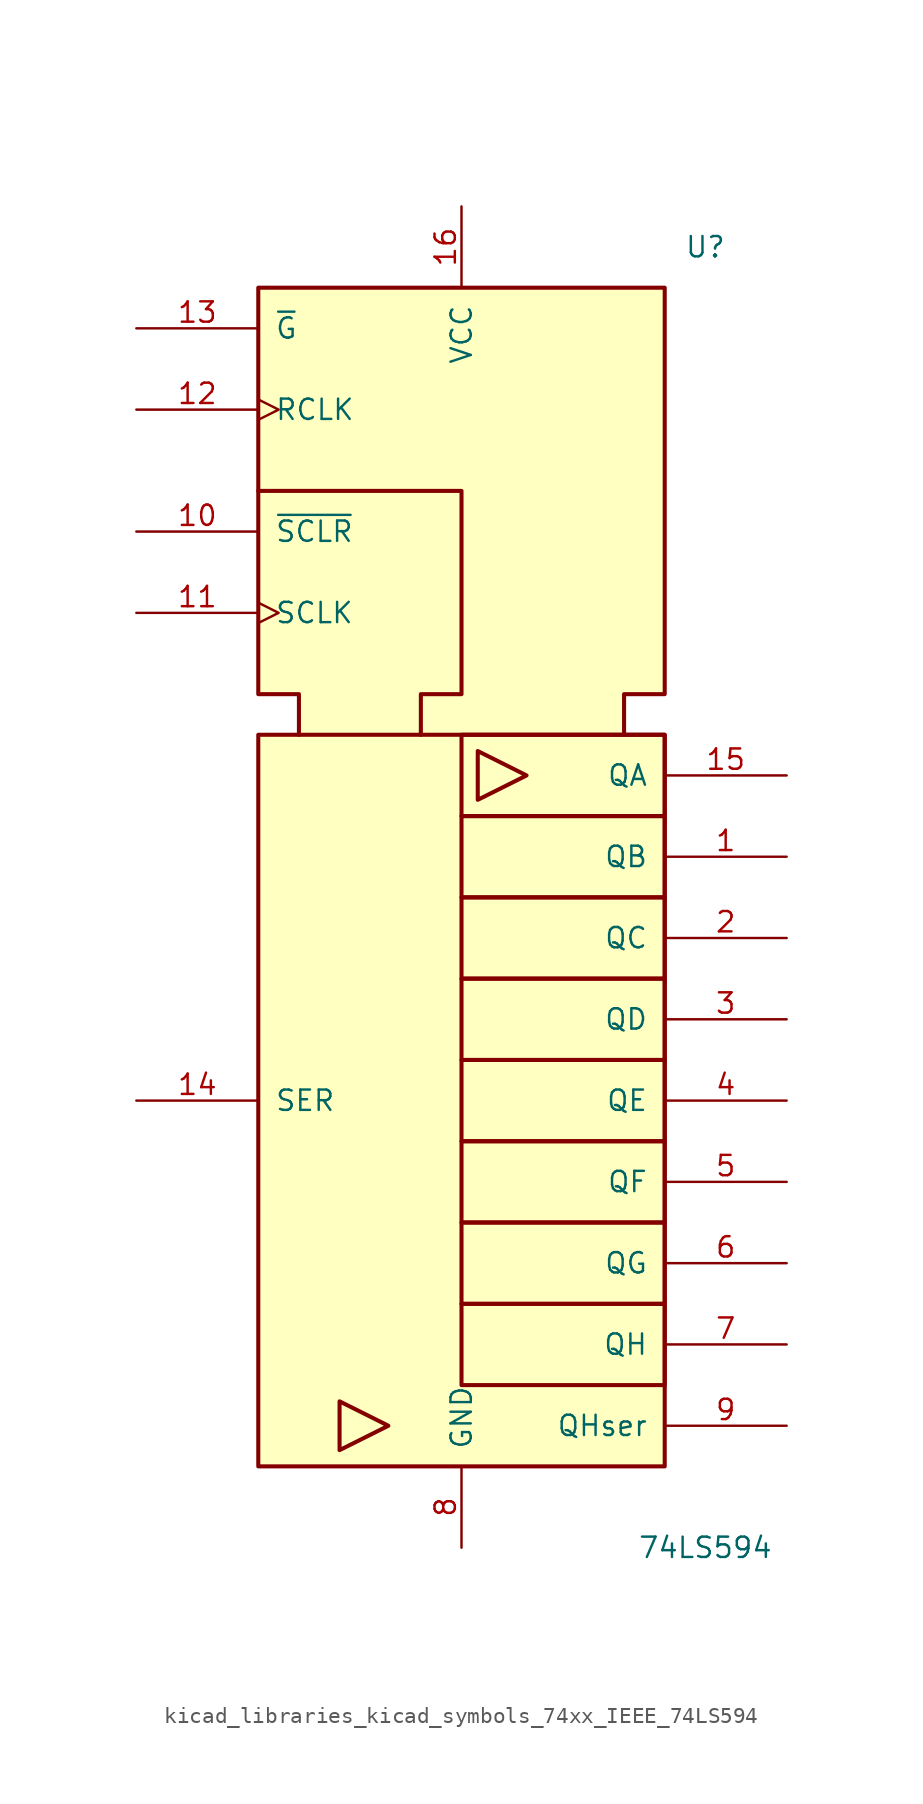
<source format=kicad_sym>
(kicad_symbol_lib
  (version 20220914)
  (generator kicad_symbol_editor)
  (symbol "kicad_libraries_kicad_symbols_74xx_IEEE_74LS594"
    (pin_names
      (offset 1.016))
    (property "Reference" "U"
      (at 15.24 33.02 0)
      (effects (font (size 1.27 1.27))))
    (property "Value" "74LS594"
      (at 15.24 -48.26 0)
      (effects (font (size 1.27 1.27))))
    (symbol "kicad_libraries_kicad_symbols_74xx_IEEE_74LS594_0_0"
      (rectangle (start -12.7 2.54) (end 12.7 -43.18) (stroke (width 0.254) (type default)) (fill (type background)))
      (rectangle (start 0 -33.02) (end 12.7 -38.1) (stroke (width 0.254) (type default)) (fill (type background)))
      (rectangle (start 0 -27.94) (end 12.7 -33.02) (stroke (width 0.254) (type default)) (fill (type background)))
      (rectangle (start 0 -22.86) (end 12.7 -27.94) (stroke (width 0.254) (type default)) (fill (type background)))
      (rectangle (start 0 -17.78) (end 12.7 -22.86) (stroke (width 0.254) (type default)) (fill (type background)))
      (rectangle (start 0 -12.7) (end 12.7 -17.78) (stroke (width 0.254) (type default)) (fill (type background)))
      (rectangle (start 0 -7.62) (end 12.7 -12.7) (stroke (width 0.254) (type default)) (fill (type background)))
      (rectangle (start 0 -2.54) (end 12.7 -7.62) (stroke (width 0.254) (type default)) (fill (type background)))
      (polyline (pts (xy -4.572 -40.64) (xy -7.62 -39.116) (xy -7.62 -42.164) (xy -4.572 -40.64) (xy -4.572 -40.64)) (stroke (width 0.254) (type default)) (fill (type background)))
      (polyline (pts (xy 1.016 1.524) (xy 1.016 -1.524) (xy 4.064 0) (xy 1.016 1.524) (xy 1.016 1.524)) (stroke (width 0.254) (type default)) (fill (type background)))
      (polyline (pts (xy -12.7 17.78) (xy 0 17.78) (xy 0 5.08) (xy -2.54 5.08) (xy -2.54 2.54) (xy -2.54 2.54)) (stroke (width 0.254) (type default)) (fill (type background)))
      (polyline (pts (xy -10.16 2.54) (xy -10.16 5.08) (xy -12.7 5.08) (xy -12.7 30.48) (xy 12.7 30.48) (xy 12.7 5.08) (xy 10.16 5.08) (xy 10.16 2.54) (xy 10.16 2.54)) (stroke (width 0.254) (type default)) (fill (type background)))
      (rectangle (start 0 2.54) (end 12.7 -2.54) (stroke (width 0.254) (type default)) (fill (type background))))
    (symbol "kicad_libraries_kicad_symbols_74xx_IEEE_74LS594_0_1"
      (pin power_in line (at 0 -48.26 90) (length 5.08) (name "GND" (effects (font (size 1.27 1.27)))) (number "8" (effects (font (size 1.27 1.27))))))
    (symbol "kicad_libraries_kicad_symbols_74xx_IEEE_74LS594_1_1"
      (pin tri_state line (at 20.32 -5.08 180) (length 7.62) (name "QB" (effects (font (size 1.27 1.27)))) (number "1" (effects (font (size 1.27 1.27)))))
      (pin input line (at -20.32 15.24 0) (length 7.62) (name "~{SCLR}" (effects (font (size 1.27 1.27)))) (number "10" (effects (font (size 1.27 1.27)))))
      (pin input clock (at -20.32 10.16 0) (length 7.62) (name "SCLK" (effects (font (size 1.27 1.27)))) (number "11" (effects (font (size 1.27 1.27)))))
      (pin input clock (at -20.32 22.86 0) (length 7.62) (name "RCLK" (effects (font (size 1.27 1.27)))) (number "12" (effects (font (size 1.27 1.27)))))
      (pin input line (at -20.32 27.94 0) (length 7.62) (name "~{G}" (effects (font (size 1.27 1.27)))) (number "13" (effects (font (size 1.27 1.27)))))
      (pin input line (at -20.32 -20.32 0) (length 7.62) (name "SER" (effects (font (size 1.27 1.27)))) (number "14" (effects (font (size 1.27 1.27)))))
      (pin tri_state line (at 20.32 0 180) (length 7.62) (name "QA" (effects (font (size 1.27 1.27)))) (number "15" (effects (font (size 1.27 1.27)))))
      (pin power_in line (at 0 35.56 270) (length 5.08) (name "VCC" (effects (font (size 1.27 1.27)))) (number "16" (effects (font (size 1.27 1.27)))))
      (pin tri_state line (at 20.32 -10.16 180) (length 7.62) (name "QC" (effects (font (size 1.27 1.27)))) (number "2" (effects (font (size 1.27 1.27)))))
      (pin tri_state line (at 20.32 -15.24 180) (length 7.62) (name "QD" (effects (font (size 1.27 1.27)))) (number "3" (effects (font (size 1.27 1.27)))))
      (pin tri_state line (at 20.32 -20.32 180) (length 7.62) (name "QE" (effects (font (size 1.27 1.27)))) (number "4" (effects (font (size 1.27 1.27)))))
      (pin tri_state line (at 20.32 -25.4 180) (length 7.62) (name "QF" (effects (font (size 1.27 1.27)))) (number "5" (effects (font (size 1.27 1.27)))))
      (pin tri_state line (at 20.32 -30.48 180) (length 7.62) (name "QG" (effects (font (size 1.27 1.27)))) (number "6" (effects (font (size 1.27 1.27)))))
      (pin tri_state line (at 20.32 -35.56 180) (length 7.62) (name "QH" (effects (font (size 1.27 1.27)))) (number "7" (effects (font (size 1.27 1.27)))))
      (pin output line (at 20.32 -40.64 180) (length 7.62) (name "QHser" (effects (font (size 1.27 1.27)))) (number "9" (effects (font (size 1.27 1.27))))))))
</source>
